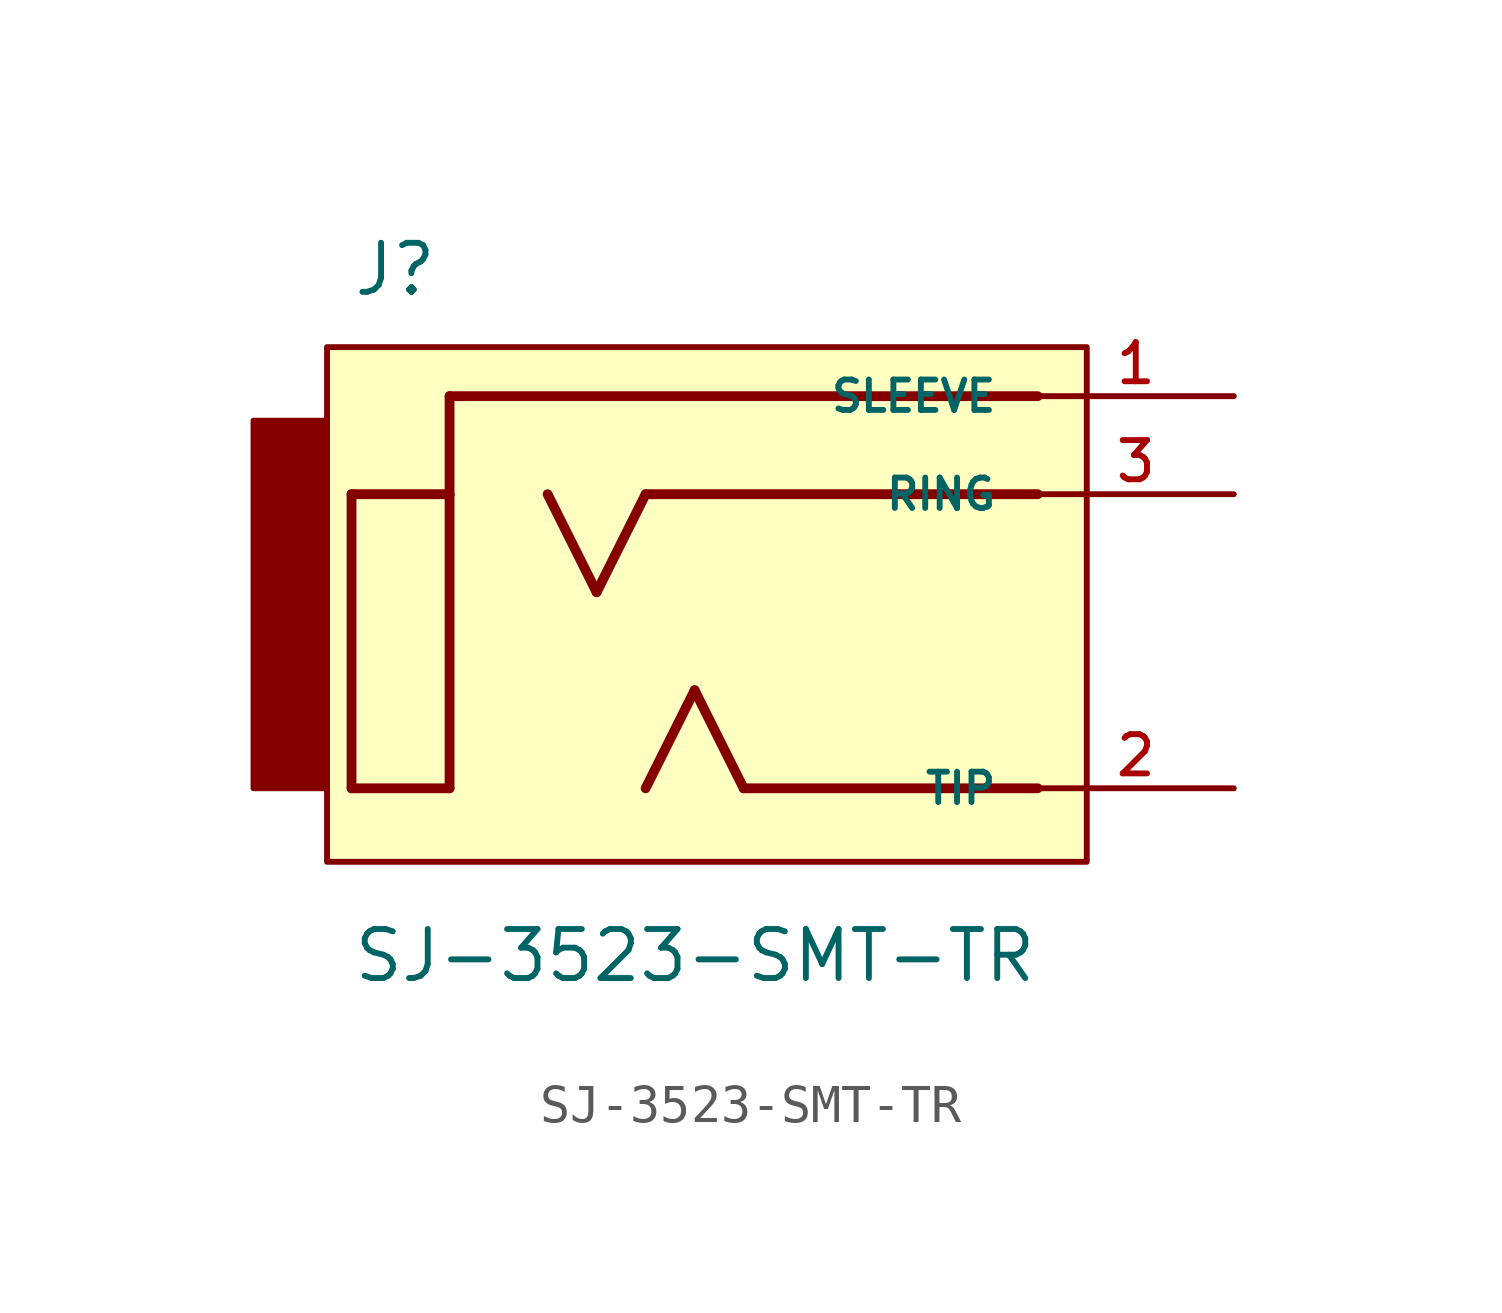
<source format=kicad_sym>
(kicad_symbol_lib
  (version 20241209)
  (generator "kicad_symbol_editor")
  (generator_version "9.0")
  (symbol "SJ-3523-SMT-TR"
    (pin_names
      (offset 1.016))
    (property "Reference" "J"
      (at -12.7 7.62 0)
      (effects (font (size 1.27 1.27)) (justify left bottom)))
    (property "Value" "SJ-3523-SMT-TR"
      (at -12.7 -10.16 0)
      (effects (font (size 1.27 1.27)) (justify left bottom)))
    (symbol "SJ-3523-SMT-TR_0_0"
      (polyline (pts (xy -12.7 2.54) (xy -12.7 -5.08)) (stroke (width 0.254) (type solid)) (fill (type none)))
      (polyline (pts (xy -12.7 -5.08) (xy -10.16 -5.08)) (stroke (width 0.254) (type solid)) (fill (type none)))
      (polyline (pts (xy -10.16 5.08) (xy 5.08 5.08)) (stroke (width 0.254) (type solid)) (fill (type none)))
      (polyline (pts (xy -10.16 2.54) (xy -12.7 2.54)) (stroke (width 0.254) (type solid)) (fill (type none)))
      (polyline (pts (xy -10.16 2.54) (xy -10.16 5.08)) (stroke (width 0.254) (type solid)) (fill (type none)))
      (polyline (pts (xy -10.16 2.54) (xy -10.16 -5.08)) (stroke (width 0.254) (type solid)) (fill (type none)))
      (polyline (pts (xy -7.62 2.54) (xy -6.35 0)) (stroke (width 0.254) (type solid)) (fill (type none)))
      (polyline (pts (xy -6.35 0) (xy -5.08 2.54)) (stroke (width 0.254) (type solid)) (fill (type none)))
      (polyline (pts (xy -5.08 2.54) (xy 5.08 2.54)) (stroke (width 0.254) (type solid)) (fill (type none)))
      (polyline (pts (xy -3.81 -2.54) (xy -5.08 -5.08)) (stroke (width 0.254) (type solid)) (fill (type none)))
      (polyline (pts (xy -3.81 -2.54) (xy -2.54 -5.08)) (stroke (width 0.254) (type solid)) (fill (type none)))
      (polyline (pts (xy -2.54 -5.08) (xy 5.08 -5.08)) (stroke (width 0.254) (type solid)) (fill (type none)))
      (pin passive line (at 10.16 5.08 180) (length 5.08) (name "SLEEVE" (effects (font (size 0.787 0.787)))) (number "1" (effects (font (size 1.016 1.016)))))
      (pin passive line (at 10.16 2.54 180) (length 5.08) (name "RING" (effects (font (size 0.787 0.787)))) (number "3" (effects (font (size 1.016 1.016)))))
      (pin passive line (at 10.16 -5.08 180) (length 5.08) (name "TIP" (effects (font (size 0.787 0.787)))) (number "2" (effects (font (size 1.016 1.016))))))
    (symbol "SJ-3523-SMT-TR_1_1"
      (rectangle (start -13.335 6.35) (end 6.35 -6.985) (stroke (width 0) (type solid)) (fill (type background)))
      (rectangle (start -13.335 4.445) (end -15.24 -5.08) (stroke (width 0) (type solid)) (fill (type outline))))))
</source>
